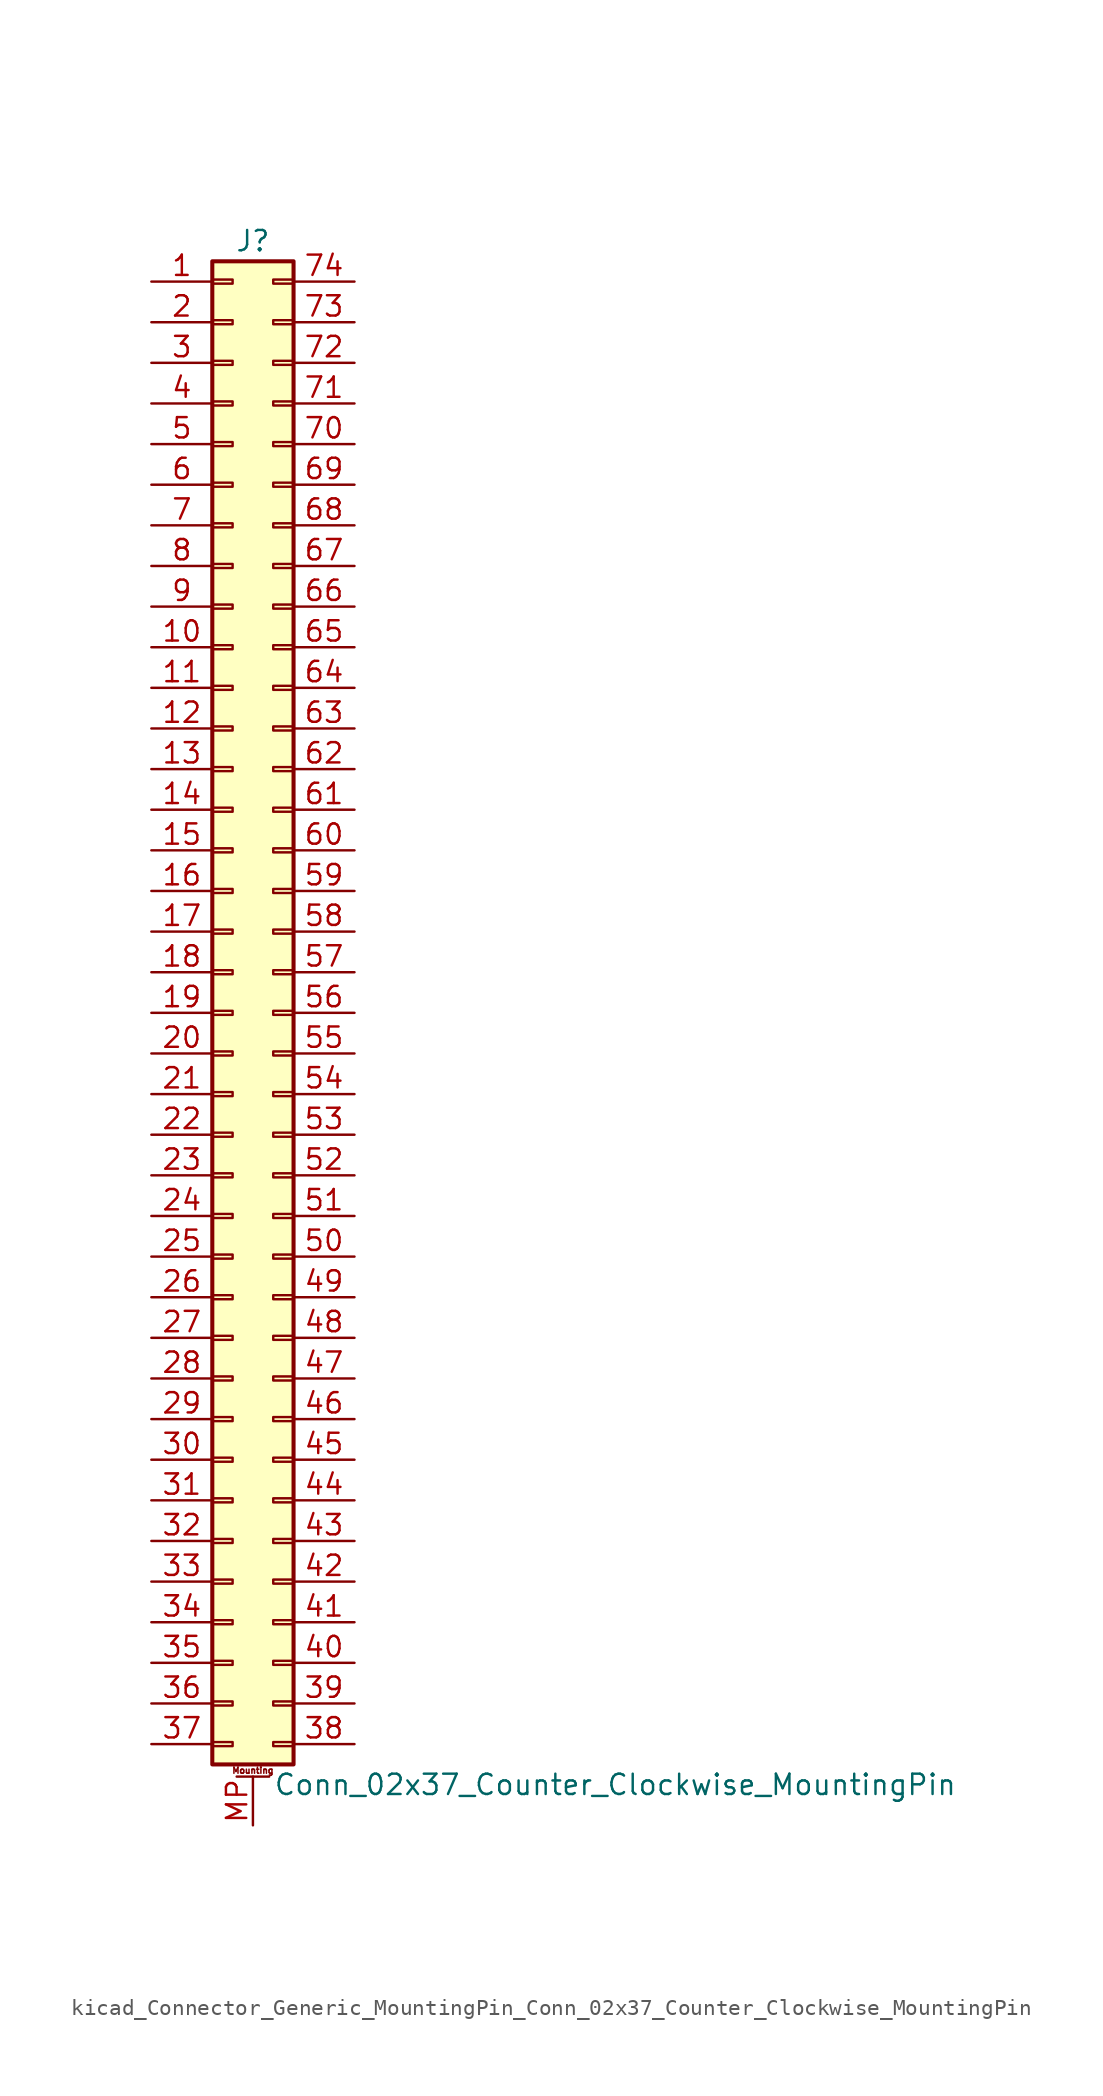
<source format=kicad_sym>
(kicad_symbol_lib
  (version 20220914)
  (generator kicad_symbol_editor)
  (symbol "kicad_Connector_Generic_MountingPin_Conn_02x37_Counter_Clockwise_MountingPin"
    (pin_names
      (offset 1.016) hide)
    (property "Reference" "J"
      (at 1.27 48.26 0)
      (effects (font (size 1.27 1.27))))
    (property "Value" "Conn_02x37_Counter_Clockwise_MountingPin"
      (at 2.54 -48.26 0)
      (effects (font (size 1.27 1.27)) (justify left)))
    (symbol "kicad_Connector_Generic_MountingPin_Conn_02x37_Counter_Clockwise_MountingPin_1_1"
      (rectangle (start -1.27 -45.593) (end 0 -45.847) (stroke (width 0.152) (type default)) (fill (type none)))
      (rectangle (start -1.27 -43.053) (end 0 -43.307) (stroke (width 0.152) (type default)) (fill (type none)))
      (rectangle (start -1.27 -40.513) (end 0 -40.767) (stroke (width 0.152) (type default)) (fill (type none)))
      (rectangle (start -1.27 -37.973) (end 0 -38.227) (stroke (width 0.152) (type default)) (fill (type none)))
      (rectangle (start -1.27 -35.433) (end 0 -35.687) (stroke (width 0.152) (type default)) (fill (type none)))
      (rectangle (start -1.27 -32.893) (end 0 -33.147) (stroke (width 0.152) (type default)) (fill (type none)))
      (rectangle (start -1.27 -30.353) (end 0 -30.607) (stroke (width 0.152) (type default)) (fill (type none)))
      (rectangle (start -1.27 -27.813) (end 0 -28.067) (stroke (width 0.152) (type default)) (fill (type none)))
      (rectangle (start -1.27 -25.273) (end 0 -25.527) (stroke (width 0.152) (type default)) (fill (type none)))
      (rectangle (start -1.27 -22.733) (end 0 -22.987) (stroke (width 0.152) (type default)) (fill (type none)))
      (rectangle (start -1.27 -20.193) (end 0 -20.447) (stroke (width 0.152) (type default)) (fill (type none)))
      (rectangle (start -1.27 -17.653) (end 0 -17.907) (stroke (width 0.152) (type default)) (fill (type none)))
      (rectangle (start -1.27 -15.113) (end 0 -15.367) (stroke (width 0.152) (type default)) (fill (type none)))
      (rectangle (start -1.27 -12.573) (end 0 -12.827) (stroke (width 0.152) (type default)) (fill (type none)))
      (rectangle (start -1.27 -10.033) (end 0 -10.287) (stroke (width 0.152) (type default)) (fill (type none)))
      (rectangle (start -1.27 -7.493) (end 0 -7.747) (stroke (width 0.152) (type default)) (fill (type none)))
      (rectangle (start -1.27 -4.953) (end 0 -5.207) (stroke (width 0.152) (type default)) (fill (type none)))
      (rectangle (start -1.27 -2.413) (end 0 -2.667) (stroke (width 0.152) (type default)) (fill (type none)))
      (rectangle (start -1.27 0.127) (end 0 -0.127) (stroke (width 0.152) (type default)) (fill (type none)))
      (rectangle (start -1.27 2.667) (end 0 2.413) (stroke (width 0.152) (type default)) (fill (type none)))
      (rectangle (start -1.27 5.207) (end 0 4.953) (stroke (width 0.152) (type default)) (fill (type none)))
      (rectangle (start -1.27 7.747) (end 0 7.493) (stroke (width 0.152) (type default)) (fill (type none)))
      (rectangle (start -1.27 10.287) (end 0 10.033) (stroke (width 0.152) (type default)) (fill (type none)))
      (rectangle (start -1.27 12.827) (end 0 12.573) (stroke (width 0.152) (type default)) (fill (type none)))
      (rectangle (start -1.27 15.367) (end 0 15.113) (stroke (width 0.152) (type default)) (fill (type none)))
      (rectangle (start -1.27 17.907) (end 0 17.653) (stroke (width 0.152) (type default)) (fill (type none)))
      (rectangle (start -1.27 20.447) (end 0 20.193) (stroke (width 0.152) (type default)) (fill (type none)))
      (rectangle (start -1.27 22.987) (end 0 22.733) (stroke (width 0.152) (type default)) (fill (type none)))
      (rectangle (start -1.27 25.527) (end 0 25.273) (stroke (width 0.152) (type default)) (fill (type none)))
      (rectangle (start -1.27 28.067) (end 0 27.813) (stroke (width 0.152) (type default)) (fill (type none)))
      (rectangle (start -1.27 30.607) (end 0 30.353) (stroke (width 0.152) (type default)) (fill (type none)))
      (rectangle (start -1.27 33.147) (end 0 32.893) (stroke (width 0.152) (type default)) (fill (type none)))
      (rectangle (start -1.27 35.687) (end 0 35.433) (stroke (width 0.152) (type default)) (fill (type none)))
      (rectangle (start -1.27 38.227) (end 0 37.973) (stroke (width 0.152) (type default)) (fill (type none)))
      (rectangle (start -1.27 40.767) (end 0 40.513) (stroke (width 0.152) (type default)) (fill (type none)))
      (rectangle (start -1.27 43.307) (end 0 43.053) (stroke (width 0.152) (type default)) (fill (type none)))
      (rectangle (start -1.27 45.847) (end 0 45.593) (stroke (width 0.152) (type default)) (fill (type none)))
      (rectangle (start -1.27 46.99) (end 3.81 -46.99) (stroke (width 0.254) (type default)) (fill (type background)))
      (polyline (pts (xy 0.254 -47.752) (xy 2.286 -47.752)) (stroke (width 0.152) (type default)) (fill (type none)))
      (rectangle (start 3.81 -45.593) (end 2.54 -45.847) (stroke (width 0.152) (type default)) (fill (type none)))
      (rectangle (start 3.81 -43.053) (end 2.54 -43.307) (stroke (width 0.152) (type default)) (fill (type none)))
      (rectangle (start 3.81 -40.513) (end 2.54 -40.767) (stroke (width 0.152) (type default)) (fill (type none)))
      (rectangle (start 3.81 -37.973) (end 2.54 -38.227) (stroke (width 0.152) (type default)) (fill (type none)))
      (rectangle (start 3.81 -35.433) (end 2.54 -35.687) (stroke (width 0.152) (type default)) (fill (type none)))
      (rectangle (start 3.81 -32.893) (end 2.54 -33.147) (stroke (width 0.152) (type default)) (fill (type none)))
      (rectangle (start 3.81 -30.353) (end 2.54 -30.607) (stroke (width 0.152) (type default)) (fill (type none)))
      (rectangle (start 3.81 -27.813) (end 2.54 -28.067) (stroke (width 0.152) (type default)) (fill (type none)))
      (rectangle (start 3.81 -25.273) (end 2.54 -25.527) (stroke (width 0.152) (type default)) (fill (type none)))
      (rectangle (start 3.81 -22.733) (end 2.54 -22.987) (stroke (width 0.152) (type default)) (fill (type none)))
      (rectangle (start 3.81 -20.193) (end 2.54 -20.447) (stroke (width 0.152) (type default)) (fill (type none)))
      (rectangle (start 3.81 -17.653) (end 2.54 -17.907) (stroke (width 0.152) (type default)) (fill (type none)))
      (rectangle (start 3.81 -15.113) (end 2.54 -15.367) (stroke (width 0.152) (type default)) (fill (type none)))
      (rectangle (start 3.81 -12.573) (end 2.54 -12.827) (stroke (width 0.152) (type default)) (fill (type none)))
      (rectangle (start 3.81 -10.033) (end 2.54 -10.287) (stroke (width 0.152) (type default)) (fill (type none)))
      (rectangle (start 3.81 -7.493) (end 2.54 -7.747) (stroke (width 0.152) (type default)) (fill (type none)))
      (rectangle (start 3.81 -4.953) (end 2.54 -5.207) (stroke (width 0.152) (type default)) (fill (type none)))
      (rectangle (start 3.81 -2.413) (end 2.54 -2.667) (stroke (width 0.152) (type default)) (fill (type none)))
      (rectangle (start 3.81 0.127) (end 2.54 -0.127) (stroke (width 0.152) (type default)) (fill (type none)))
      (rectangle (start 3.81 2.667) (end 2.54 2.413) (stroke (width 0.152) (type default)) (fill (type none)))
      (rectangle (start 3.81 5.207) (end 2.54 4.953) (stroke (width 0.152) (type default)) (fill (type none)))
      (rectangle (start 3.81 7.747) (end 2.54 7.493) (stroke (width 0.152) (type default)) (fill (type none)))
      (rectangle (start 3.81 10.287) (end 2.54 10.033) (stroke (width 0.152) (type default)) (fill (type none)))
      (rectangle (start 3.81 12.827) (end 2.54 12.573) (stroke (width 0.152) (type default)) (fill (type none)))
      (rectangle (start 3.81 15.367) (end 2.54 15.113) (stroke (width 0.152) (type default)) (fill (type none)))
      (rectangle (start 3.81 17.907) (end 2.54 17.653) (stroke (width 0.152) (type default)) (fill (type none)))
      (rectangle (start 3.81 20.447) (end 2.54 20.193) (stroke (width 0.152) (type default)) (fill (type none)))
      (rectangle (start 3.81 22.987) (end 2.54 22.733) (stroke (width 0.152) (type default)) (fill (type none)))
      (rectangle (start 3.81 25.527) (end 2.54 25.273) (stroke (width 0.152) (type default)) (fill (type none)))
      (rectangle (start 3.81 28.067) (end 2.54 27.813) (stroke (width 0.152) (type default)) (fill (type none)))
      (rectangle (start 3.81 30.607) (end 2.54 30.353) (stroke (width 0.152) (type default)) (fill (type none)))
      (rectangle (start 3.81 33.147) (end 2.54 32.893) (stroke (width 0.152) (type default)) (fill (type none)))
      (rectangle (start 3.81 35.687) (end 2.54 35.433) (stroke (width 0.152) (type default)) (fill (type none)))
      (rectangle (start 3.81 38.227) (end 2.54 37.973) (stroke (width 0.152) (type default)) (fill (type none)))
      (rectangle (start 3.81 40.767) (end 2.54 40.513) (stroke (width 0.152) (type default)) (fill (type none)))
      (rectangle (start 3.81 43.307) (end 2.54 43.053) (stroke (width 0.152) (type default)) (fill (type none)))
      (rectangle (start 3.81 45.847) (end 2.54 45.593) (stroke (width 0.152) (type default)) (fill (type none)))
      (text "Mounting" (at 1.27 -47.371 0) (effects (font (size 0.381 0.381))))
      (pin passive line (at -5.08 45.72 0) (length 3.81) (name "Pin_1" (effects (font (size 1.27 1.27)))) (number "1" (effects (font (size 1.27 1.27)))))
      (pin passive line (at -5.08 22.86 0) (length 3.81) (name "Pin_10" (effects (font (size 1.27 1.27)))) (number "10" (effects (font (size 1.27 1.27)))))
      (pin passive line (at -5.08 20.32 0) (length 3.81) (name "Pin_11" (effects (font (size 1.27 1.27)))) (number "11" (effects (font (size 1.27 1.27)))))
      (pin passive line (at -5.08 17.78 0) (length 3.81) (name "Pin_12" (effects (font (size 1.27 1.27)))) (number "12" (effects (font (size 1.27 1.27)))))
      (pin passive line (at -5.08 15.24 0) (length 3.81) (name "Pin_13" (effects (font (size 1.27 1.27)))) (number "13" (effects (font (size 1.27 1.27)))))
      (pin passive line (at -5.08 12.7 0) (length 3.81) (name "Pin_14" (effects (font (size 1.27 1.27)))) (number "14" (effects (font (size 1.27 1.27)))))
      (pin passive line (at -5.08 10.16 0) (length 3.81) (name "Pin_15" (effects (font (size 1.27 1.27)))) (number "15" (effects (font (size 1.27 1.27)))))
      (pin passive line (at -5.08 7.62 0) (length 3.81) (name "Pin_16" (effects (font (size 1.27 1.27)))) (number "16" (effects (font (size 1.27 1.27)))))
      (pin passive line (at -5.08 5.08 0) (length 3.81) (name "Pin_17" (effects (font (size 1.27 1.27)))) (number "17" (effects (font (size 1.27 1.27)))))
      (pin passive line (at -5.08 2.54 0) (length 3.81) (name "Pin_18" (effects (font (size 1.27 1.27)))) (number "18" (effects (font (size 1.27 1.27)))))
      (pin passive line (at -5.08 0 0) (length 3.81) (name "Pin_19" (effects (font (size 1.27 1.27)))) (number "19" (effects (font (size 1.27 1.27)))))
      (pin passive line (at -5.08 43.18 0) (length 3.81) (name "Pin_2" (effects (font (size 1.27 1.27)))) (number "2" (effects (font (size 1.27 1.27)))))
      (pin passive line (at -5.08 -2.54 0) (length 3.81) (name "Pin_20" (effects (font (size 1.27 1.27)))) (number "20" (effects (font (size 1.27 1.27)))))
      (pin passive line (at -5.08 -5.08 0) (length 3.81) (name "Pin_21" (effects (font (size 1.27 1.27)))) (number "21" (effects (font (size 1.27 1.27)))))
      (pin passive line (at -5.08 -7.62 0) (length 3.81) (name "Pin_22" (effects (font (size 1.27 1.27)))) (number "22" (effects (font (size 1.27 1.27)))))
      (pin passive line (at -5.08 -10.16 0) (length 3.81) (name "Pin_23" (effects (font (size 1.27 1.27)))) (number "23" (effects (font (size 1.27 1.27)))))
      (pin passive line (at -5.08 -12.7 0) (length 3.81) (name "Pin_24" (effects (font (size 1.27 1.27)))) (number "24" (effects (font (size 1.27 1.27)))))
      (pin passive line (at -5.08 -15.24 0) (length 3.81) (name "Pin_25" (effects (font (size 1.27 1.27)))) (number "25" (effects (font (size 1.27 1.27)))))
      (pin passive line (at -5.08 -17.78 0) (length 3.81) (name "Pin_26" (effects (font (size 1.27 1.27)))) (number "26" (effects (font (size 1.27 1.27)))))
      (pin passive line (at -5.08 -20.32 0) (length 3.81) (name "Pin_27" (effects (font (size 1.27 1.27)))) (number "27" (effects (font (size 1.27 1.27)))))
      (pin passive line (at -5.08 -22.86 0) (length 3.81) (name "Pin_28" (effects (font (size 1.27 1.27)))) (number "28" (effects (font (size 1.27 1.27)))))
      (pin passive line (at -5.08 -25.4 0) (length 3.81) (name "Pin_29" (effects (font (size 1.27 1.27)))) (number "29" (effects (font (size 1.27 1.27)))))
      (pin passive line (at -5.08 40.64 0) (length 3.81) (name "Pin_3" (effects (font (size 1.27 1.27)))) (number "3" (effects (font (size 1.27 1.27)))))
      (pin passive line (at -5.08 -27.94 0) (length 3.81) (name "Pin_30" (effects (font (size 1.27 1.27)))) (number "30" (effects (font (size 1.27 1.27)))))
      (pin passive line (at -5.08 -30.48 0) (length 3.81) (name "Pin_31" (effects (font (size 1.27 1.27)))) (number "31" (effects (font (size 1.27 1.27)))))
      (pin passive line (at -5.08 -33.02 0) (length 3.81) (name "Pin_32" (effects (font (size 1.27 1.27)))) (number "32" (effects (font (size 1.27 1.27)))))
      (pin passive line (at -5.08 -35.56 0) (length 3.81) (name "Pin_33" (effects (font (size 1.27 1.27)))) (number "33" (effects (font (size 1.27 1.27)))))
      (pin passive line (at -5.08 -38.1 0) (length 3.81) (name "Pin_34" (effects (font (size 1.27 1.27)))) (number "34" (effects (font (size 1.27 1.27)))))
      (pin passive line (at -5.08 -40.64 0) (length 3.81) (name "Pin_35" (effects (font (size 1.27 1.27)))) (number "35" (effects (font (size 1.27 1.27)))))
      (pin passive line (at -5.08 -43.18 0) (length 3.81) (name "Pin_36" (effects (font (size 1.27 1.27)))) (number "36" (effects (font (size 1.27 1.27)))))
      (pin passive line (at -5.08 -45.72 0) (length 3.81) (name "Pin_37" (effects (font (size 1.27 1.27)))) (number "37" (effects (font (size 1.27 1.27)))))
      (pin passive line (at 7.62 -45.72 180) (length 3.81) (name "Pin_38" (effects (font (size 1.27 1.27)))) (number "38" (effects (font (size 1.27 1.27)))))
      (pin passive line (at 7.62 -43.18 180) (length 3.81) (name "Pin_39" (effects (font (size 1.27 1.27)))) (number "39" (effects (font (size 1.27 1.27)))))
      (pin passive line (at -5.08 38.1 0) (length 3.81) (name "Pin_4" (effects (font (size 1.27 1.27)))) (number "4" (effects (font (size 1.27 1.27)))))
      (pin passive line (at 7.62 -40.64 180) (length 3.81) (name "Pin_40" (effects (font (size 1.27 1.27)))) (number "40" (effects (font (size 1.27 1.27)))))
      (pin passive line (at 7.62 -38.1 180) (length 3.81) (name "Pin_41" (effects (font (size 1.27 1.27)))) (number "41" (effects (font (size 1.27 1.27)))))
      (pin passive line (at 7.62 -35.56 180) (length 3.81) (name "Pin_42" (effects (font (size 1.27 1.27)))) (number "42" (effects (font (size 1.27 1.27)))))
      (pin passive line (at 7.62 -33.02 180) (length 3.81) (name "Pin_43" (effects (font (size 1.27 1.27)))) (number "43" (effects (font (size 1.27 1.27)))))
      (pin passive line (at 7.62 -30.48 180) (length 3.81) (name "Pin_44" (effects (font (size 1.27 1.27)))) (number "44" (effects (font (size 1.27 1.27)))))
      (pin passive line (at 7.62 -27.94 180) (length 3.81) (name "Pin_45" (effects (font (size 1.27 1.27)))) (number "45" (effects (font (size 1.27 1.27)))))
      (pin passive line (at 7.62 -25.4 180) (length 3.81) (name "Pin_46" (effects (font (size 1.27 1.27)))) (number "46" (effects (font (size 1.27 1.27)))))
      (pin passive line (at 7.62 -22.86 180) (length 3.81) (name "Pin_47" (effects (font (size 1.27 1.27)))) (number "47" (effects (font (size 1.27 1.27)))))
      (pin passive line (at 7.62 -20.32 180) (length 3.81) (name "Pin_48" (effects (font (size 1.27 1.27)))) (number "48" (effects (font (size 1.27 1.27)))))
      (pin passive line (at 7.62 -17.78 180) (length 3.81) (name "Pin_49" (effects (font (size 1.27 1.27)))) (number "49" (effects (font (size 1.27 1.27)))))
      (pin passive line (at -5.08 35.56 0) (length 3.81) (name "Pin_5" (effects (font (size 1.27 1.27)))) (number "5" (effects (font (size 1.27 1.27)))))
      (pin passive line (at 7.62 -15.24 180) (length 3.81) (name "Pin_50" (effects (font (size 1.27 1.27)))) (number "50" (effects (font (size 1.27 1.27)))))
      (pin passive line (at 7.62 -12.7 180) (length 3.81) (name "Pin_51" (effects (font (size 1.27 1.27)))) (number "51" (effects (font (size 1.27 1.27)))))
      (pin passive line (at 7.62 -10.16 180) (length 3.81) (name "Pin_52" (effects (font (size 1.27 1.27)))) (number "52" (effects (font (size 1.27 1.27)))))
      (pin passive line (at 7.62 -7.62 180) (length 3.81) (name "Pin_53" (effects (font (size 1.27 1.27)))) (number "53" (effects (font (size 1.27 1.27)))))
      (pin passive line (at 7.62 -5.08 180) (length 3.81) (name "Pin_54" (effects (font (size 1.27 1.27)))) (number "54" (effects (font (size 1.27 1.27)))))
      (pin passive line (at 7.62 -2.54 180) (length 3.81) (name "Pin_55" (effects (font (size 1.27 1.27)))) (number "55" (effects (font (size 1.27 1.27)))))
      (pin passive line (at 7.62 0 180) (length 3.81) (name "Pin_56" (effects (font (size 1.27 1.27)))) (number "56" (effects (font (size 1.27 1.27)))))
      (pin passive line (at 7.62 2.54 180) (length 3.81) (name "Pin_57" (effects (font (size 1.27 1.27)))) (number "57" (effects (font (size 1.27 1.27)))))
      (pin passive line (at 7.62 5.08 180) (length 3.81) (name "Pin_58" (effects (font (size 1.27 1.27)))) (number "58" (effects (font (size 1.27 1.27)))))
      (pin passive line (at 7.62 7.62 180) (length 3.81) (name "Pin_59" (effects (font (size 1.27 1.27)))) (number "59" (effects (font (size 1.27 1.27)))))
      (pin passive line (at -5.08 33.02 0) (length 3.81) (name "Pin_6" (effects (font (size 1.27 1.27)))) (number "6" (effects (font (size 1.27 1.27)))))
      (pin passive line (at 7.62 10.16 180) (length 3.81) (name "Pin_60" (effects (font (size 1.27 1.27)))) (number "60" (effects (font (size 1.27 1.27)))))
      (pin passive line (at 7.62 12.7 180) (length 3.81) (name "Pin_61" (effects (font (size 1.27 1.27)))) (number "61" (effects (font (size 1.27 1.27)))))
      (pin passive line (at 7.62 15.24 180) (length 3.81) (name "Pin_62" (effects (font (size 1.27 1.27)))) (number "62" (effects (font (size 1.27 1.27)))))
      (pin passive line (at 7.62 17.78 180) (length 3.81) (name "Pin_63" (effects (font (size 1.27 1.27)))) (number "63" (effects (font (size 1.27 1.27)))))
      (pin passive line (at 7.62 20.32 180) (length 3.81) (name "Pin_64" (effects (font (size 1.27 1.27)))) (number "64" (effects (font (size 1.27 1.27)))))
      (pin passive line (at 7.62 22.86 180) (length 3.81) (name "Pin_65" (effects (font (size 1.27 1.27)))) (number "65" (effects (font (size 1.27 1.27)))))
      (pin passive line (at 7.62 25.4 180) (length 3.81) (name "Pin_66" (effects (font (size 1.27 1.27)))) (number "66" (effects (font (size 1.27 1.27)))))
      (pin passive line (at 7.62 27.94 180) (length 3.81) (name "Pin_67" (effects (font (size 1.27 1.27)))) (number "67" (effects (font (size 1.27 1.27)))))
      (pin passive line (at 7.62 30.48 180) (length 3.81) (name "Pin_68" (effects (font (size 1.27 1.27)))) (number "68" (effects (font (size 1.27 1.27)))))
      (pin passive line (at 7.62 33.02 180) (length 3.81) (name "Pin_69" (effects (font (size 1.27 1.27)))) (number "69" (effects (font (size 1.27 1.27)))))
      (pin passive line (at -5.08 30.48 0) (length 3.81) (name "Pin_7" (effects (font (size 1.27 1.27)))) (number "7" (effects (font (size 1.27 1.27)))))
      (pin passive line (at 7.62 35.56 180) (length 3.81) (name "Pin_70" (effects (font (size 1.27 1.27)))) (number "70" (effects (font (size 1.27 1.27)))))
      (pin passive line (at 7.62 38.1 180) (length 3.81) (name "Pin_71" (effects (font (size 1.27 1.27)))) (number "71" (effects (font (size 1.27 1.27)))))
      (pin passive line (at 7.62 40.64 180) (length 3.81) (name "Pin_72" (effects (font (size 1.27 1.27)))) (number "72" (effects (font (size 1.27 1.27)))))
      (pin passive line (at 7.62 43.18 180) (length 3.81) (name "Pin_73" (effects (font (size 1.27 1.27)))) (number "73" (effects (font (size 1.27 1.27)))))
      (pin passive line (at 7.62 45.72 180) (length 3.81) (name "Pin_74" (effects (font (size 1.27 1.27)))) (number "74" (effects (font (size 1.27 1.27)))))
      (pin passive line (at -5.08 27.94 0) (length 3.81) (name "Pin_8" (effects (font (size 1.27 1.27)))) (number "8" (effects (font (size 1.27 1.27)))))
      (pin passive line (at -5.08 25.4 0) (length 3.81) (name "Pin_9" (effects (font (size 1.27 1.27)))) (number "9" (effects (font (size 1.27 1.27)))))
      (pin passive line (at 1.27 -50.8 90) (length 3.048) (name "MountPin" (effects (font (size 1.27 1.27)))) (number "MP" (effects (font (size 1.27 1.27))))))))
</source>
